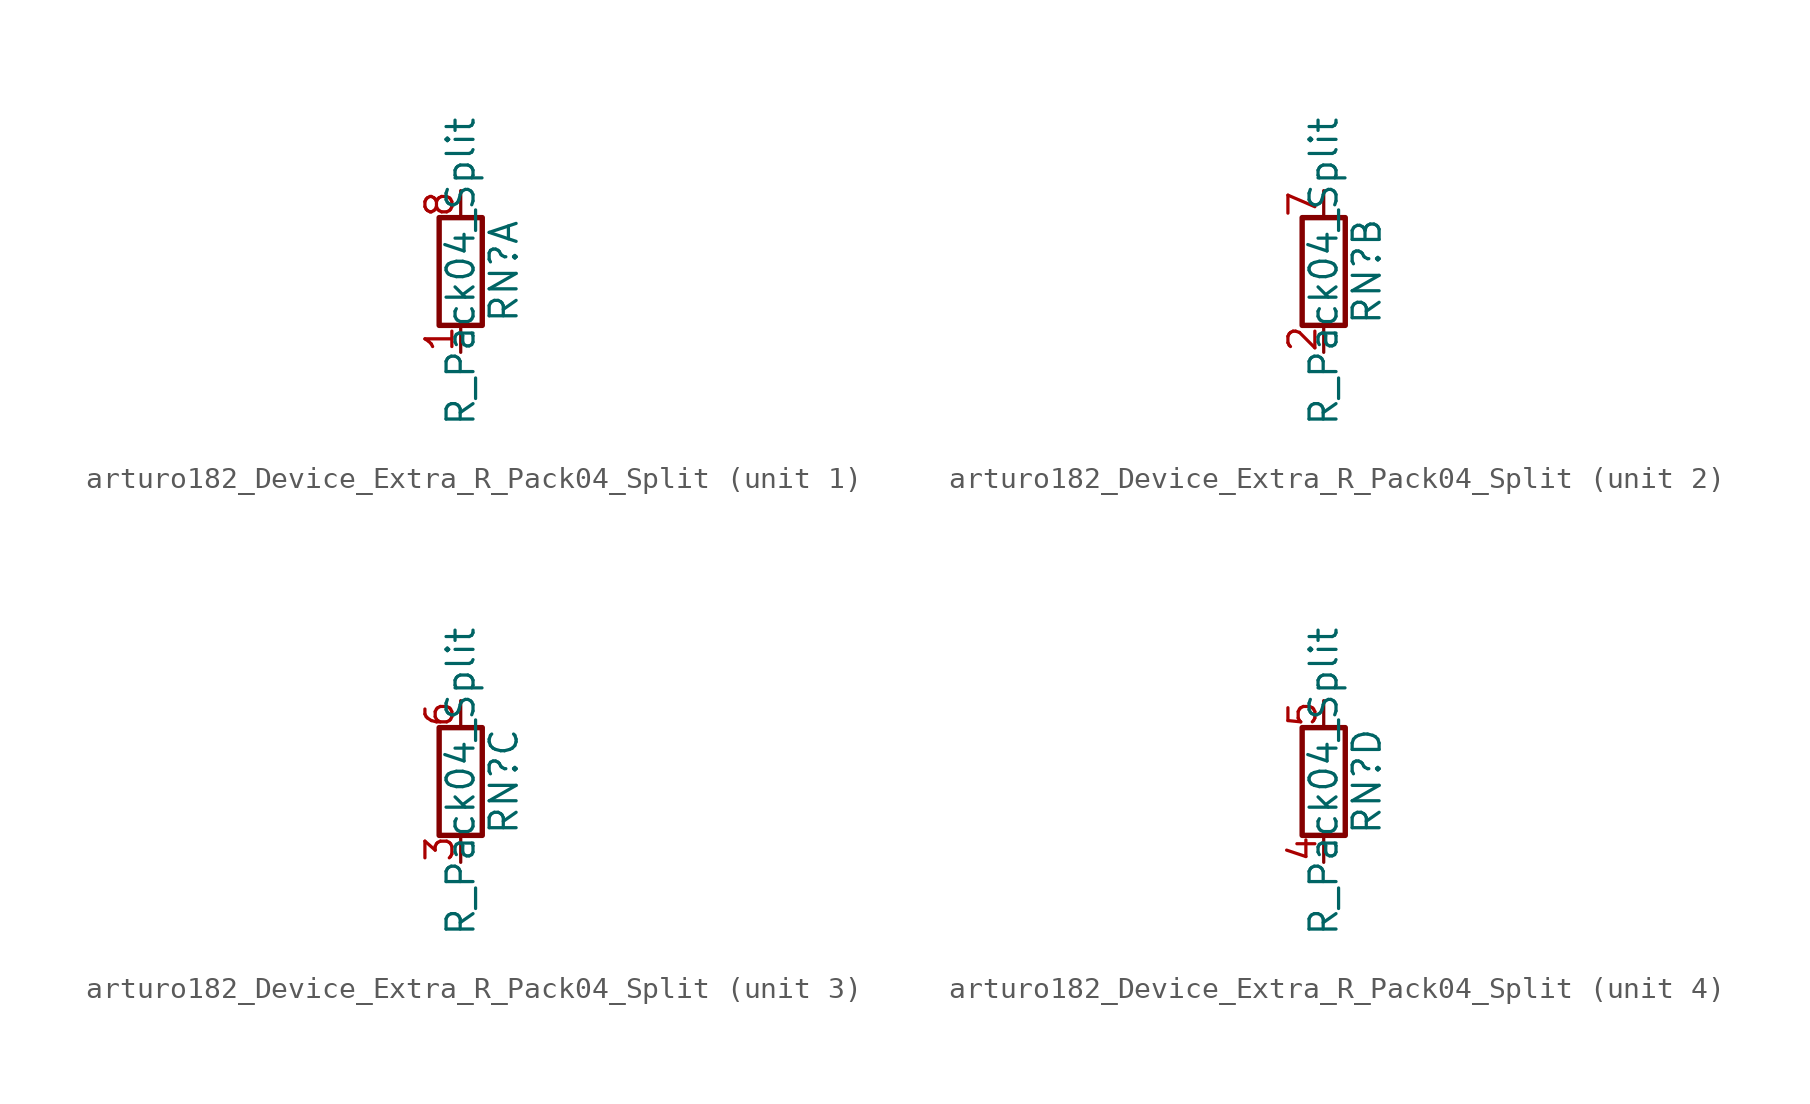
<source format=kicad_sym>
(kicad_symbol_lib
  (version 20220914)
  (generator kicad_symbol_editor)
  (symbol "arturo182_Device_Extra_R_Pack04_Split"
    (pin_names
      (offset 0) hide)
    (property "Reference" "RN"
      (at 2.032 0 90)
      (effects (font (size 1.27 1.27))))
    (property "Value" "R_Pack04_Split"
      (at 0 0 90)
      (effects (font (size 1.27 1.27))))
    (symbol "arturo182_Device_Extra_R_Pack04_Split_0_1"
      (rectangle (start 1.016 2.54) (end -1.016 -2.54) (stroke (width 0.254) (type default)) (fill (type none))))
    (symbol "arturo182_Device_Extra_R_Pack04_Split_1_1"
      (pin passive line (at 0 -3.81 90) (length 1.27) (name "R1.1" (effects (font (size 1.27 1.27)))) (number "1" (effects (font (size 1.27 1.27)))))
      (pin passive line (at 0 3.81 270) (length 1.27) (name "R1.2" (effects (font (size 1.27 1.27)))) (number "8" (effects (font (size 1.27 1.27))))))
    (symbol "arturo182_Device_Extra_R_Pack04_Split_2_1"
      (pin passive line (at 0 -3.81 90) (length 1.27) (name "R2.1" (effects (font (size 1.27 1.27)))) (number "2" (effects (font (size 1.27 1.27)))))
      (pin passive line (at 0 3.81 270) (length 1.27) (name "R2.2" (effects (font (size 1.27 1.27)))) (number "7" (effects (font (size 1.27 1.27))))))
    (symbol "arturo182_Device_Extra_R_Pack04_Split_3_1"
      (pin passive line (at 0 -3.81 90) (length 1.27) (name "R3.1" (effects (font (size 1.27 1.27)))) (number "3" (effects (font (size 1.27 1.27)))))
      (pin passive line (at 0 3.81 270) (length 1.27) (name "R3.2" (effects (font (size 1.27 1.27)))) (number "6" (effects (font (size 1.27 1.27))))))
    (symbol "arturo182_Device_Extra_R_Pack04_Split_4_1"
      (pin passive line (at 0 -3.81 90) (length 1.27) (name "R4.1" (effects (font (size 1.27 1.27)))) (number "4" (effects (font (size 1.27 1.27)))))
      (pin passive line (at 0 3.81 270) (length 1.27) (name "R4.2" (effects (font (size 1.27 1.27)))) (number "5" (effects (font (size 1.27 1.27))))))))
</source>
